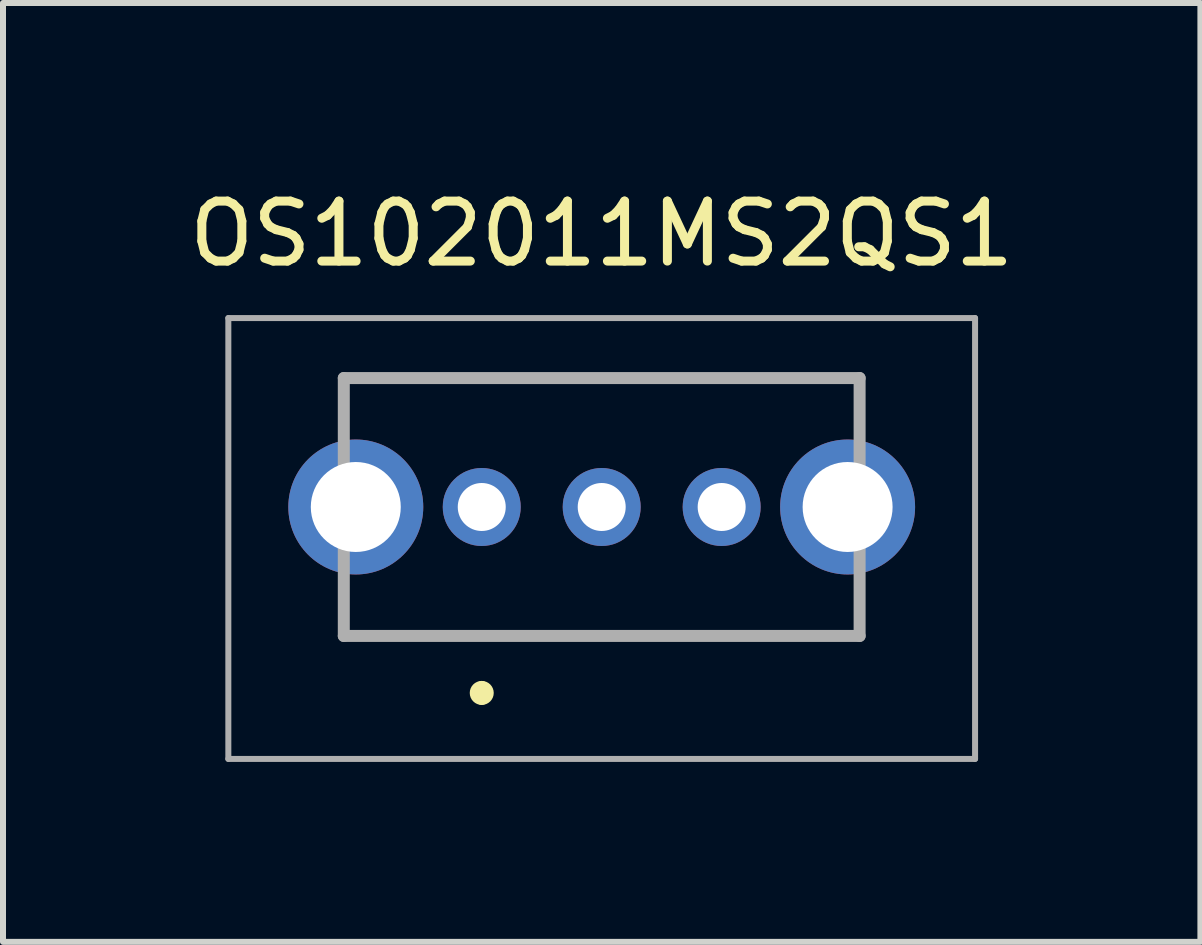
<source format=kicad_pcb>
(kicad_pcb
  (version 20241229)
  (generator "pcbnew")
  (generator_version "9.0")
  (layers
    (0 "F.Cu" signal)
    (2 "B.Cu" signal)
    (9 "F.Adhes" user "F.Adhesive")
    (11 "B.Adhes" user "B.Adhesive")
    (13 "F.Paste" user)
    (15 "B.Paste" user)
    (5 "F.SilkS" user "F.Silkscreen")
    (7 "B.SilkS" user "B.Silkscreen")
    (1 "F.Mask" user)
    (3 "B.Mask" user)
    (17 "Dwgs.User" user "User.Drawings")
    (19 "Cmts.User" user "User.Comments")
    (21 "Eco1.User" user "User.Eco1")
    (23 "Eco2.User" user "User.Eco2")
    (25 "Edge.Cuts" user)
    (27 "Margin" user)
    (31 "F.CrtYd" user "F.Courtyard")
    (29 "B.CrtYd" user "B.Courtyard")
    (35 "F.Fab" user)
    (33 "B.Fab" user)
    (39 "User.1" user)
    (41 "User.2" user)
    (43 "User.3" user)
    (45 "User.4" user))
  (footprint "OS102011MS2QS1"
    (layer "F.Cu")
    (at 4.982 5.403)
    (property "Reference" "OS102011MS2QS1" (at 2 -4.555 0) (layer "F.SilkS") (effects (font (size 1 1) (thickness 0.15))))
    (attr through_hole)
    (fp_line (start -2.3 -2.15) (end 6.3 -2.15) (stroke (width 0.1) (type solid)) (layer "F.SilkS"))
    (fp_line (start -2.3 2.15) (end 6.3 2.15) (stroke (width 0.1) (type solid)) (layer "F.SilkS"))
    (fp_arc (start 0 3) (mid 0.1 3.1) (end 0 3.2) (stroke (width 0.2) (type solid)) (layer "F.SilkS"))
    (fp_arc (start 0 3.2) (mid -0.1 3.1) (end 0 3) (stroke (width 0.2) (type solid)) (layer "F.SilkS"))
    (fp_line (start -4.225 -3.15) (end 8.225 -3.15) (stroke (width 0.1) (type solid)) (layer "F.Fab"))
    (fp_line (start -4.225 4.2) (end -4.225 -3.15) (stroke (width 0.1) (type solid)) (layer "F.Fab"))
    (fp_line (start -2.3 -2.15) (end 6.3 -2.15) (stroke (width 0.2) (type solid)) (layer "F.Fab"))
    (fp_line (start -2.3 2.15) (end -2.3 -2.15) (stroke (width 0.2) (type solid)) (layer "F.Fab"))
    (fp_line (start 6.3 -2.15) (end 6.3 2.15) (stroke (width 0.2) (type solid)) (layer "F.Fab"))
    (fp_line (start 6.3 2.15) (end -2.3 2.15) (stroke (width 0.2) (type solid)) (layer "F.Fab"))
    (fp_line (start 8.225 -3.15) (end 8.225 4.2) (stroke (width 0.1) (type solid)) (layer "F.Fab"))
    (fp_line (start 8.225 4.2) (end -4.225 4.2) (stroke (width 0.1) (type solid)) (layer "F.Fab"))
    (pad "1" thru_hole circle (at 0 0) (size 1.3 1.3) (drill 0.8) (layers "*.Cu" "*.Mask"))
    (pad "2" thru_hole circle (at 2 0) (size 1.3 1.3) (drill 0.8) (layers "*.Cu" "*.Mask"))
    (pad "3" thru_hole circle (at 4 0) (size 1.3 1.3) (drill 0.8) (layers "*.Cu" "*.Mask"))
    (pad "MH1" thru_hole circle (at -2.1 0) (size 2.25 2.25) (drill 1.5) (layers "*.Cu" "*.Mask"))
    (pad "MH2" thru_hole circle (at 6.1 0) (size 2.25 2.25) (drill 1.5) (layers "*.Cu" "*.Mask")))
  (gr_rect
    (start -3 -3)
    (end 16.964 12.653)
    (stroke (width 0.1) (type default))
    (fill no)
    (layer "Edge.Cuts")))
</source>
